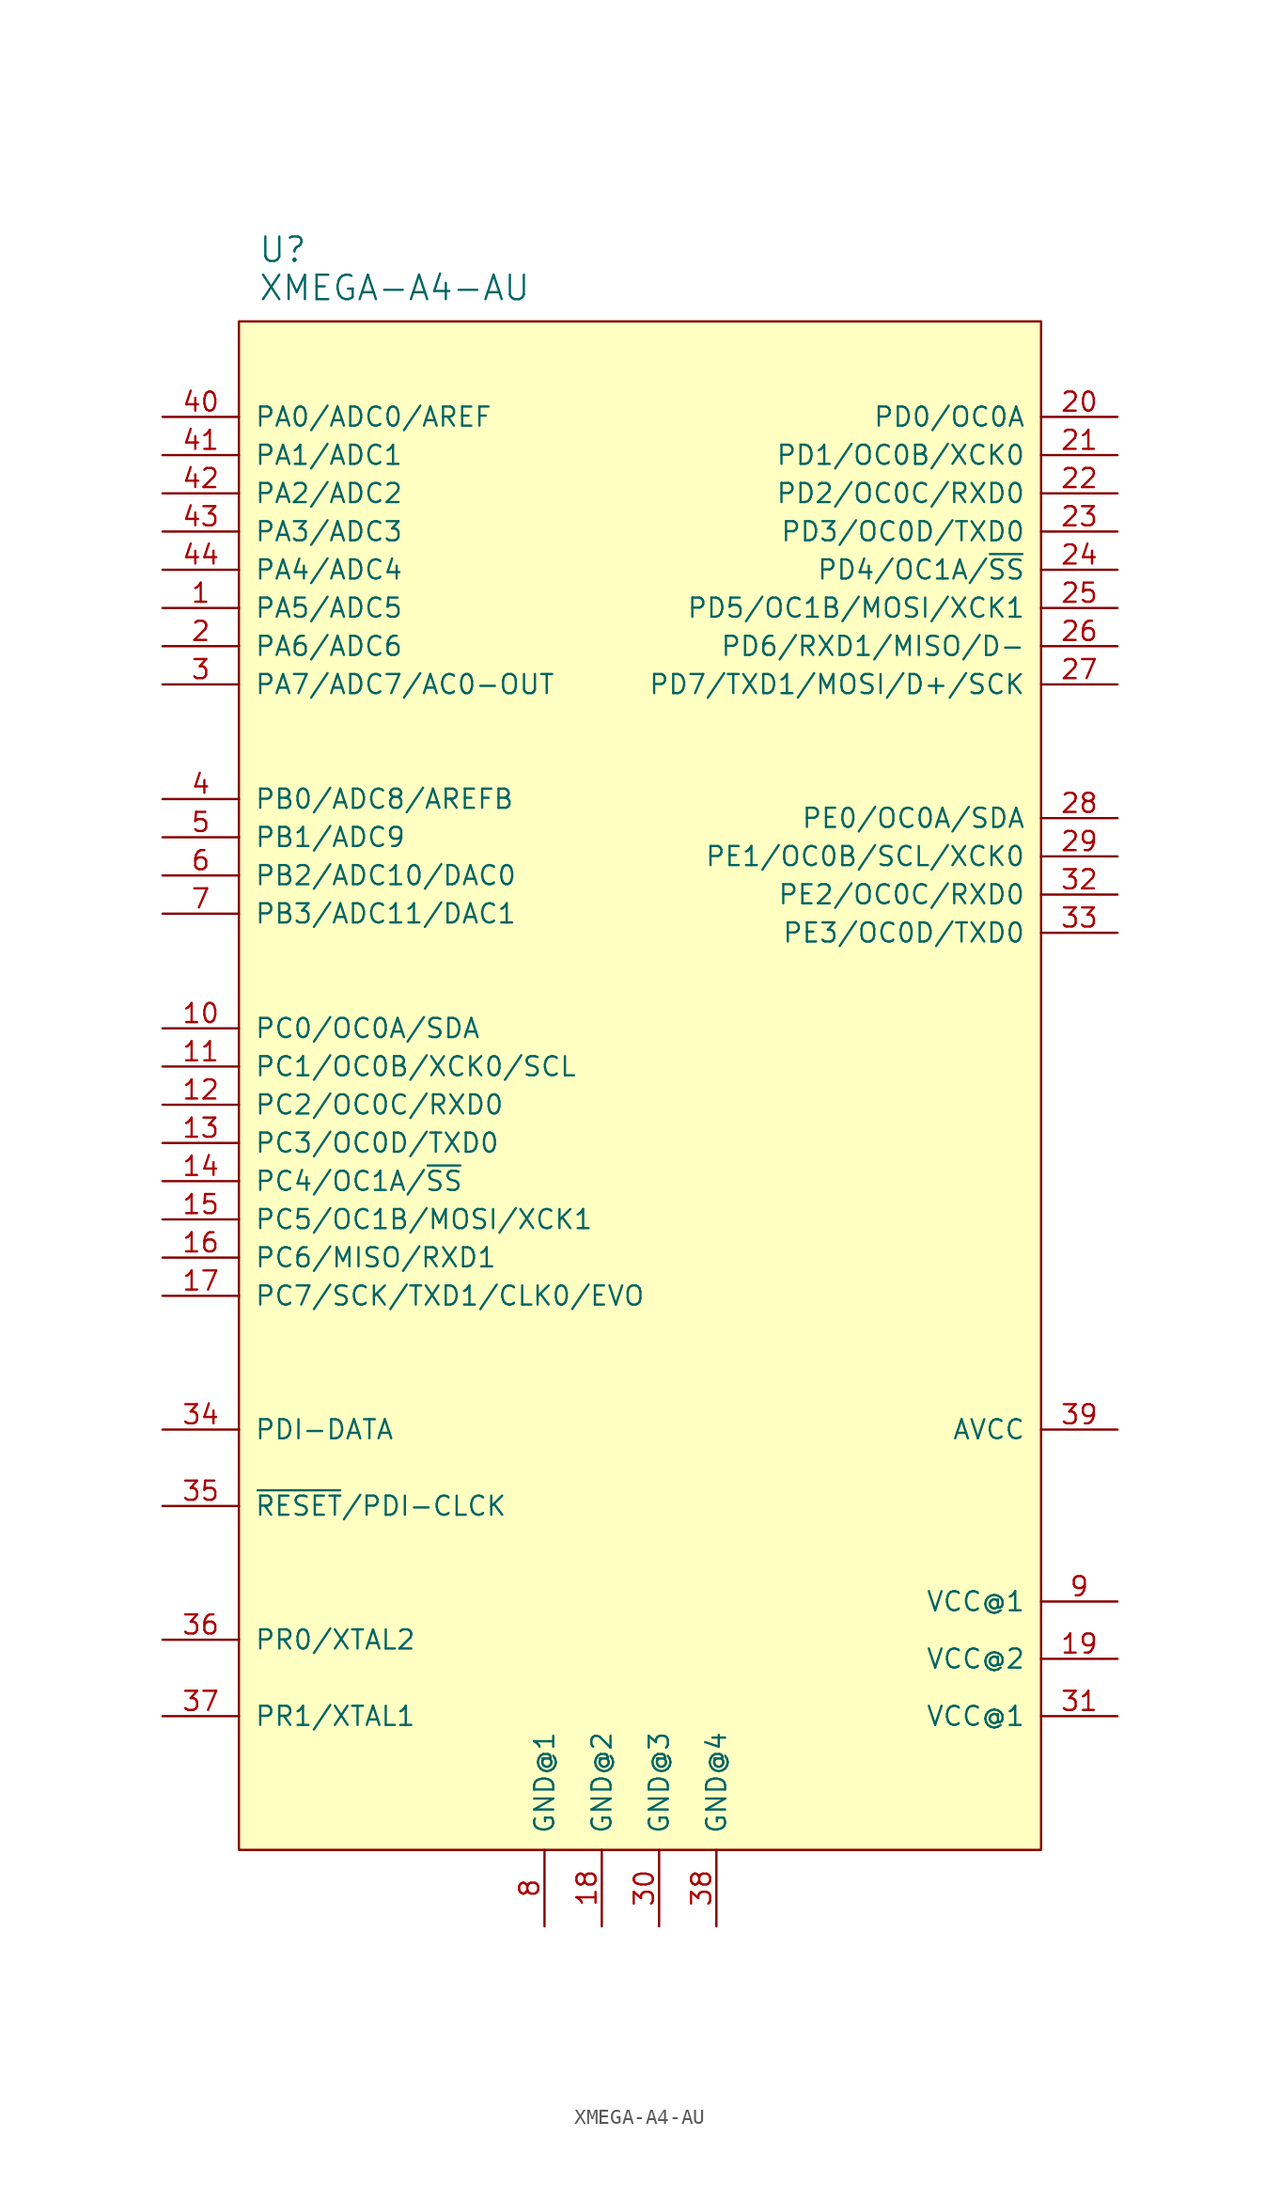
<source format=kicad_sym>
(kicad_symbol_lib
  (version 20211014)
  (generator kicad_symbol_editor)
  (symbol "XMEGA-A4-AU"
    (pin_names
      (offset 1.016))
    (property "Reference" "U"
      (at -24.13 62.23 0)
      (effects (font (size 1.626 1.626)) (justify left bottom)))
    (property "Value" "XMEGA-A4-AU"
      (at -24.13 59.69 0)
      (effects (font (size 1.626 1.626)) (justify left bottom)))
    (symbol "XMEGA-A4-AU_0_1"
      (rectangle (start -25.4 58.42) (end 27.94 -43.18) (stroke (width 0) (type default) (color 0 0 0 0)) (fill (type background))))
    (symbol "XMEGA-A4-AU_1_0"
      (pin bidirectional line (at -30.48 39.37 0) (length 5.08) (name "PA5/ADC5" (effects (font (size 1.27 1.27)))) (number "1" (effects (font (size 1.27 1.27)))))
      (pin bidirectional line (at -30.48 11.43 0) (length 5.08) (name "PC0/OC0A/SDA" (effects (font (size 1.27 1.27)))) (number "10" (effects (font (size 1.27 1.27)))))
      (pin bidirectional line (at -30.48 8.89 0) (length 5.08) (name "PC1/OC0B/XCK0/SCL" (effects (font (size 1.27 1.27)))) (number "11" (effects (font (size 1.27 1.27)))))
      (pin bidirectional line (at -30.48 6.35 0) (length 5.08) (name "PC2/OC0C/RXD0" (effects (font (size 1.27 1.27)))) (number "12" (effects (font (size 1.27 1.27)))))
      (pin passive line (at -30.48 3.81 0) (length 5.08) (name "PC3/OC0D/TXD0" (effects (font (size 1.27 1.27)))) (number "13" (effects (font (size 1.27 1.27)))))
      (pin passive line (at -30.48 1.27 0) (length 5.08) (name "PC4/OC1A/~{SS}" (effects (font (size 1.27 1.27)))) (number "14" (effects (font (size 1.27 1.27)))))
      (pin bidirectional line (at -30.48 -1.27 0) (length 5.08) (name "PC5/OC1B/MOSI/XCK1" (effects (font (size 1.27 1.27)))) (number "15" (effects (font (size 1.27 1.27)))))
      (pin bidirectional line (at -30.48 -3.81 0) (length 5.08) (name "PC6/MISO/RXD1" (effects (font (size 1.27 1.27)))) (number "16" (effects (font (size 1.27 1.27)))))
      (pin bidirectional line (at -30.48 -6.35 0) (length 5.08) (name "PC7/SCK/TXD1/CLK0/EVO" (effects (font (size 1.27 1.27)))) (number "17" (effects (font (size 1.27 1.27)))))
      (pin power_in line (at -1.27 -48.26 90) (length 5.08) (name "GND@2" (effects (font (size 1.27 1.27)))) (number "18" (effects (font (size 1.27 1.27)))))
      (pin power_in line (at 33.02 -30.48 180) (length 5.08) (name "VCC@2" (effects (font (size 1.27 1.27)))) (number "19" (effects (font (size 1.27 1.27)))))
      (pin bidirectional line (at -30.48 36.83 0) (length 5.08) (name "PA6/ADC6" (effects (font (size 1.27 1.27)))) (number "2" (effects (font (size 1.27 1.27)))))
      (pin bidirectional line (at 33.02 52.07 180) (length 5.08) (name "PD0/OC0A" (effects (font (size 1.27 1.27)))) (number "20" (effects (font (size 1.27 1.27)))))
      (pin bidirectional line (at 33.02 49.53 180) (length 5.08) (name "PD1/OC0B/XCK0" (effects (font (size 1.27 1.27)))) (number "21" (effects (font (size 1.27 1.27)))))
      (pin bidirectional line (at 33.02 46.99 180) (length 5.08) (name "PD2/OC0C/RXD0" (effects (font (size 1.27 1.27)))) (number "22" (effects (font (size 1.27 1.27)))))
      (pin passive line (at 33.02 44.45 180) (length 5.08) (name "PD3/OC0D/TXD0" (effects (font (size 1.27 1.27)))) (number "23" (effects (font (size 1.27 1.27)))))
      (pin passive line (at 33.02 41.91 180) (length 5.08) (name "PD4/OC1A/~{SS}" (effects (font (size 1.27 1.27)))) (number "24" (effects (font (size 1.27 1.27)))))
      (pin bidirectional line (at 33.02 39.37 180) (length 5.08) (name "PD5/OC1B/MOSI/XCK1" (effects (font (size 1.27 1.27)))) (number "25" (effects (font (size 1.27 1.27)))))
      (pin bidirectional line (at 33.02 36.83 180) (length 5.08) (name "PD6/RXD1/MISO/D-" (effects (font (size 1.27 1.27)))) (number "26" (effects (font (size 1.27 1.27)))))
      (pin bidirectional line (at 33.02 34.29 180) (length 5.08) (name "PD7/TXD1/MOSI/D+/SCK" (effects (font (size 1.27 1.27)))) (number "27" (effects (font (size 1.27 1.27)))))
      (pin bidirectional line (at 33.02 25.4 180) (length 5.08) (name "PE0/OC0A/SDA" (effects (font (size 1.27 1.27)))) (number "28" (effects (font (size 1.27 1.27)))))
      (pin bidirectional line (at 33.02 22.86 180) (length 5.08) (name "PE1/OC0B/SCL/XCK0" (effects (font (size 1.27 1.27)))) (number "29" (effects (font (size 1.27 1.27)))))
      (pin passive line (at -30.48 34.29 0) (length 5.08) (name "PA7/ADC7/AC0-OUT" (effects (font (size 1.27 1.27)))) (number "3" (effects (font (size 1.27 1.27)))))
      (pin bidirectional line (at 2.54 -48.26 90) (length 5.08) (name "GND@3" (effects (font (size 1.27 1.27)))) (number "30" (effects (font (size 1.27 1.27)))))
      (pin power_in line (at 33.02 -34.29 180) (length 5.08) (name "VCC@1" (effects (font (size 1.27 1.27)))) (number "31" (effects (font (size 1.27 1.27)))))
      (pin bidirectional line (at 33.02 20.32 180) (length 5.08) (name "PE2/OC0C/RXD0" (effects (font (size 1.27 1.27)))) (number "32" (effects (font (size 1.27 1.27)))))
      (pin passive line (at 33.02 17.78 180) (length 5.08) (name "PE3/OC0D/TXD0" (effects (font (size 1.27 1.27)))) (number "33" (effects (font (size 1.27 1.27)))))
      (pin passive line (at -30.48 -15.24 0) (length 5.08) (name "PDI-DATA" (effects (font (size 1.27 1.27)))) (number "34" (effects (font (size 1.27 1.27)))))
      (pin bidirectional line (at -30.48 -20.32 0) (length 5.08) (name "~{RESET}/PDI-CLCK" (effects (font (size 1.27 1.27)))) (number "35" (effects (font (size 1.27 1.27)))))
      (pin bidirectional line (at -30.48 -29.21 0) (length 5.08) (name "PR0/XTAL2" (effects (font (size 1.27 1.27)))) (number "36" (effects (font (size 1.27 1.27)))))
      (pin bidirectional line (at -30.48 -34.29 0) (length 5.08) (name "PR1/XTAL1" (effects (font (size 1.27 1.27)))) (number "37" (effects (font (size 1.27 1.27)))))
      (pin bidirectional line (at 6.35 -48.26 90) (length 5.08) (name "GND@4" (effects (font (size 1.27 1.27)))) (number "38" (effects (font (size 1.27 1.27)))))
      (pin bidirectional line (at 33.02 -15.24 180) (length 5.08) (name "AVCC" (effects (font (size 1.27 1.27)))) (number "39" (effects (font (size 1.27 1.27)))))
      (pin passive line (at -30.48 26.67 0) (length 5.08) (name "PB0/ADC8/AREFB" (effects (font (size 1.27 1.27)))) (number "4" (effects (font (size 1.27 1.27)))))
      (pin bidirectional line (at -30.48 52.07 0) (length 5.08) (name "PA0/ADC0/AREF" (effects (font (size 1.27 1.27)))) (number "40" (effects (font (size 1.27 1.27)))))
      (pin bidirectional line (at -30.48 49.53 0) (length 5.08) (name "PA1/ADC1" (effects (font (size 1.27 1.27)))) (number "41" (effects (font (size 1.27 1.27)))))
      (pin bidirectional line (at -30.48 46.99 0) (length 5.08) (name "PA2/ADC2" (effects (font (size 1.27 1.27)))) (number "42" (effects (font (size 1.27 1.27)))))
      (pin power_out line (at -30.48 44.45 0) (length 5.08) (name "PA3/ADC3" (effects (font (size 1.27 1.27)))) (number "43" (effects (font (size 1.27 1.27)))))
      (pin passive line (at -30.48 41.91 0) (length 5.08) (name "PA4/ADC4" (effects (font (size 1.27 1.27)))) (number "44" (effects (font (size 1.27 1.27)))))
      (pin bidirectional line (at -30.48 24.13 0) (length 5.08) (name "PB1/ADC9" (effects (font (size 1.27 1.27)))) (number "5" (effects (font (size 1.27 1.27)))))
      (pin bidirectional line (at -30.48 21.59 0) (length 5.08) (name "PB2/ADC10/DAC0" (effects (font (size 1.27 1.27)))) (number "6" (effects (font (size 1.27 1.27)))))
      (pin bidirectional line (at -30.48 19.05 0) (length 5.08) (name "PB3/ADC11/DAC1" (effects (font (size 1.27 1.27)))) (number "7" (effects (font (size 1.27 1.27)))))
      (pin power_in line (at -5.08 -48.26 90) (length 5.08) (name "GND@1" (effects (font (size 1.27 1.27)))) (number "8" (effects (font (size 1.27 1.27)))))
      (pin power_in line (at 33.02 -26.67 180) (length 5.08) (name "VCC@1" (effects (font (size 1.27 1.27)))) (number "9" (effects (font (size 1.27 1.27))))))))
</source>
